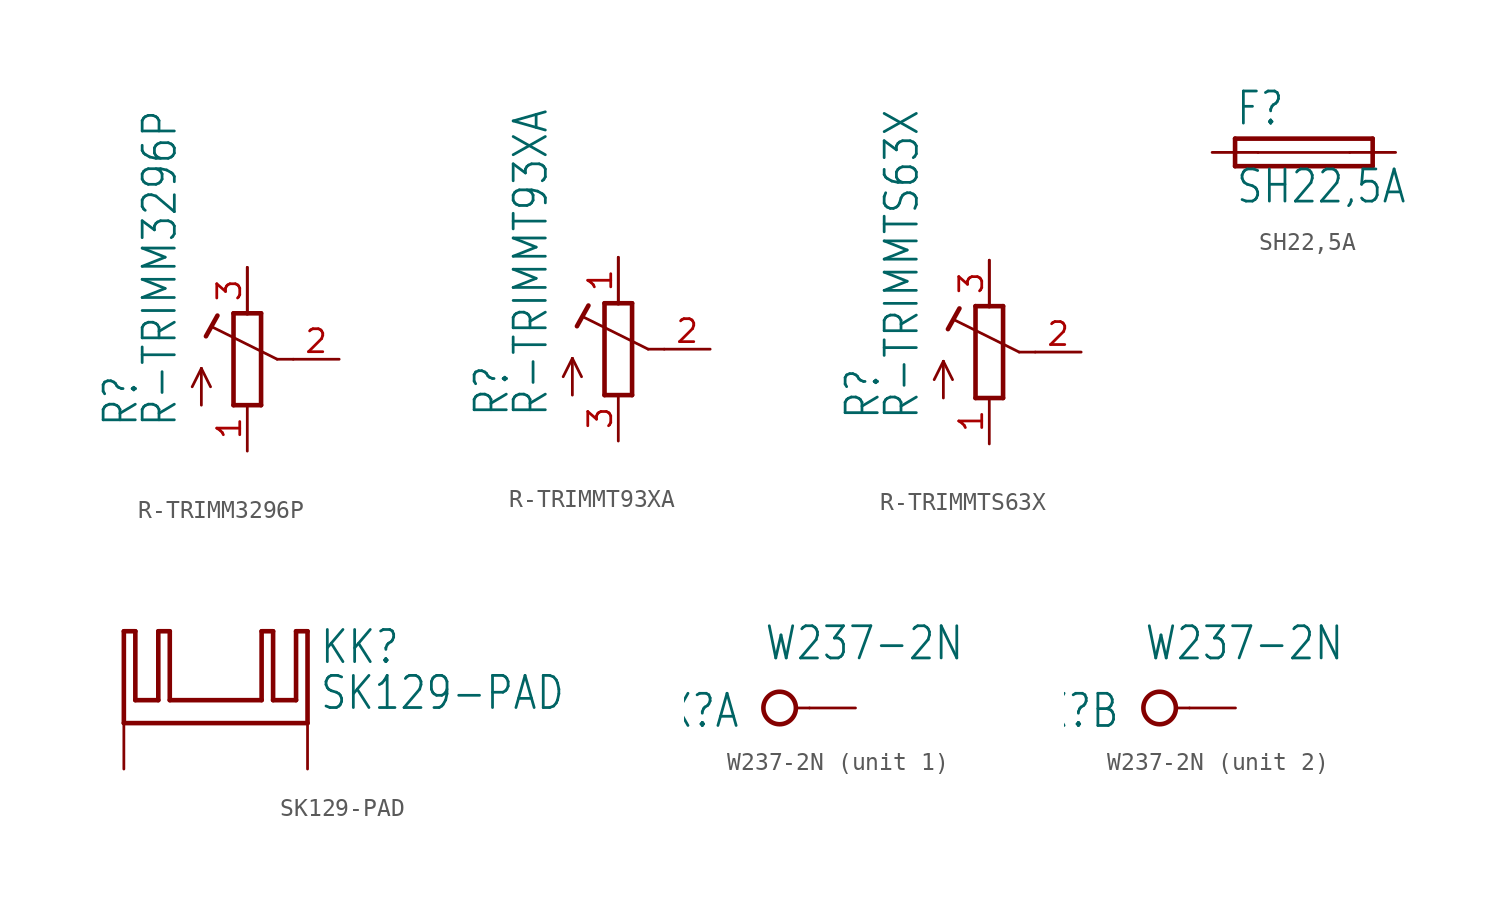
<source format=kicad_sym>
(kicad_symbol_lib
  (version 20211014)
  (generator kicad_symbol_editor)
  (symbol "R-TRIMM3296P"
    (property "Reference" "R"
      (at -5.969 -3.81 90)
      (effects (font (size 1.778 1.511)) (justify left bottom)))
    (property "Value" "R-TRIMM3296P"
      (at -3.81 -3.81 90)
      (effects (font (size 1.778 1.511)) (justify left bottom)))
    (property "ki_locked" ""
      (at 0 0 0)
      (effects (font (size 1.27 1.27))))
    (symbol "R-TRIMM3296P_1_0"
      (polyline (pts (xy -2.54 -2.54) (xy -2.54 -0.508)) (stroke (width 0.152) (type default) (color 0 0 0 0)) (fill (type none)))
      (polyline (pts (xy -2.54 -0.508) (xy -3.048 -1.524)) (stroke (width 0.152) (type default) (color 0 0 0 0)) (fill (type none)))
      (polyline (pts (xy -2.54 -0.508) (xy -2.032 -1.524)) (stroke (width 0.152) (type default) (color 0 0 0 0)) (fill (type none)))
      (polyline (pts (xy -2.286 1.27) (xy -1.651 2.413)) (stroke (width 0.254) (type default) (color 0 0 0 0)) (fill (type none)))
      (polyline (pts (xy -0.762 -2.54) (xy 0.762 -2.54)) (stroke (width 0.254) (type default) (color 0 0 0 0)) (fill (type none)))
      (polyline (pts (xy -0.762 2.54) (xy -0.762 -2.54)) (stroke (width 0.254) (type default) (color 0 0 0 0)) (fill (type none)))
      (polyline (pts (xy 0 2.54) (xy -0.762 2.54)) (stroke (width 0.254) (type default) (color 0 0 0 0)) (fill (type none)))
      (polyline (pts (xy 0 2.54) (xy 0 5.08)) (stroke (width 0.152) (type default) (color 0 0 0 0)) (fill (type none)))
      (polyline (pts (xy 0.762 -2.54) (xy 0.762 2.54)) (stroke (width 0.254) (type default) (color 0 0 0 0)) (fill (type none)))
      (polyline (pts (xy 0.762 2.54) (xy 0 2.54)) (stroke (width 0.254) (type default) (color 0 0 0 0)) (fill (type none)))
      (polyline (pts (xy 1.651 0) (xy -1.88 1.753)) (stroke (width 0.152) (type default) (color 0 0 0 0)) (fill (type none)))
      (polyline (pts (xy 2.54 0) (xy 1.651 0)) (stroke (width 0.152) (type default) (color 0 0 0 0)) (fill (type none)))
      (pin passive line (at 0 -5.08 90) (length 2.54) (name "A" (effects (font (size 0 0)))) (number "1" (effects (font (size 1.27 1.27)))))
      (pin passive line (at 5.08 0 180) (length 2.54) (name "S" (effects (font (size 0 0)))) (number "2" (effects (font (size 1.27 1.27)))))
      (pin passive line (at 0 5.08 270) (length 2.54) (name "E" (effects (font (size 0 0)))) (number "3" (effects (font (size 1.27 1.27)))))))
  (symbol "R-TRIMMT93XA"
    (property "Reference" "R"
      (at -5.969 -3.81 90)
      (effects (font (size 1.778 1.511)) (justify left bottom)))
    (property "Value" "R-TRIMMT93XA"
      (at -3.81 -3.81 90)
      (effects (font (size 1.778 1.511)) (justify left bottom)))
    (property "ki_locked" ""
      (at 0 0 0)
      (effects (font (size 1.27 1.27))))
    (symbol "R-TRIMMT93XA_1_0"
      (polyline (pts (xy -2.54 -2.54) (xy -2.54 -0.508)) (stroke (width 0.152) (type default) (color 0 0 0 0)) (fill (type none)))
      (polyline (pts (xy -2.54 -0.508) (xy -3.048 -1.524)) (stroke (width 0.152) (type default) (color 0 0 0 0)) (fill (type none)))
      (polyline (pts (xy -2.54 -0.508) (xy -2.032 -1.524)) (stroke (width 0.152) (type default) (color 0 0 0 0)) (fill (type none)))
      (polyline (pts (xy -2.286 1.27) (xy -1.651 2.413)) (stroke (width 0.254) (type default) (color 0 0 0 0)) (fill (type none)))
      (polyline (pts (xy -0.762 -2.54) (xy 0.762 -2.54)) (stroke (width 0.254) (type default) (color 0 0 0 0)) (fill (type none)))
      (polyline (pts (xy -0.762 2.54) (xy -0.762 -2.54)) (stroke (width 0.254) (type default) (color 0 0 0 0)) (fill (type none)))
      (polyline (pts (xy 0 2.54) (xy -0.762 2.54)) (stroke (width 0.254) (type default) (color 0 0 0 0)) (fill (type none)))
      (polyline (pts (xy 0 2.54) (xy 0 5.08)) (stroke (width 0.152) (type default) (color 0 0 0 0)) (fill (type none)))
      (polyline (pts (xy 0.762 -2.54) (xy 0.762 2.54)) (stroke (width 0.254) (type default) (color 0 0 0 0)) (fill (type none)))
      (polyline (pts (xy 0.762 2.54) (xy 0 2.54)) (stroke (width 0.254) (type default) (color 0 0 0 0)) (fill (type none)))
      (polyline (pts (xy 1.651 0) (xy -1.88 1.753)) (stroke (width 0.152) (type default) (color 0 0 0 0)) (fill (type none)))
      (polyline (pts (xy 2.54 0) (xy 1.651 0)) (stroke (width 0.152) (type default) (color 0 0 0 0)) (fill (type none)))
      (pin passive line (at 0 5.08 270) (length 2.54) (name "E" (effects (font (size 0 0)))) (number "1" (effects (font (size 1.27 1.27)))))
      (pin passive line (at 5.08 0 180) (length 2.54) (name "S" (effects (font (size 0 0)))) (number "2" (effects (font (size 1.27 1.27)))))
      (pin passive line (at 0 -5.08 90) (length 2.54) (name "A" (effects (font (size 0 0)))) (number "3" (effects (font (size 1.27 1.27)))))))
  (symbol "R-TRIMMTS63X"
    (property "Reference" "R"
      (at -5.969 -3.81 90)
      (effects (font (size 1.778 1.511)) (justify left bottom)))
    (property "Value" "R-TRIMMTS63X"
      (at -3.81 -3.81 90)
      (effects (font (size 1.778 1.511)) (justify left bottom)))
    (property "ki_locked" ""
      (at 0 0 0)
      (effects (font (size 1.27 1.27))))
    (symbol "R-TRIMMTS63X_1_0"
      (polyline (pts (xy -2.54 -2.54) (xy -2.54 -0.508)) (stroke (width 0.152) (type default) (color 0 0 0 0)) (fill (type none)))
      (polyline (pts (xy -2.54 -0.508) (xy -3.048 -1.524)) (stroke (width 0.152) (type default) (color 0 0 0 0)) (fill (type none)))
      (polyline (pts (xy -2.54 -0.508) (xy -2.032 -1.524)) (stroke (width 0.152) (type default) (color 0 0 0 0)) (fill (type none)))
      (polyline (pts (xy -2.286 1.27) (xy -1.651 2.413)) (stroke (width 0.254) (type default) (color 0 0 0 0)) (fill (type none)))
      (polyline (pts (xy -0.762 -2.54) (xy 0.762 -2.54)) (stroke (width 0.254) (type default) (color 0 0 0 0)) (fill (type none)))
      (polyline (pts (xy -0.762 2.54) (xy -0.762 -2.54)) (stroke (width 0.254) (type default) (color 0 0 0 0)) (fill (type none)))
      (polyline (pts (xy 0 2.54) (xy -0.762 2.54)) (stroke (width 0.254) (type default) (color 0 0 0 0)) (fill (type none)))
      (polyline (pts (xy 0 2.54) (xy 0 5.08)) (stroke (width 0.152) (type default) (color 0 0 0 0)) (fill (type none)))
      (polyline (pts (xy 0.762 -2.54) (xy 0.762 2.54)) (stroke (width 0.254) (type default) (color 0 0 0 0)) (fill (type none)))
      (polyline (pts (xy 0.762 2.54) (xy 0 2.54)) (stroke (width 0.254) (type default) (color 0 0 0 0)) (fill (type none)))
      (polyline (pts (xy 1.651 0) (xy -1.88 1.753)) (stroke (width 0.152) (type default) (color 0 0 0 0)) (fill (type none)))
      (polyline (pts (xy 2.54 0) (xy 1.651 0)) (stroke (width 0.152) (type default) (color 0 0 0 0)) (fill (type none)))
      (pin passive line (at 0 -5.08 90) (length 2.54) (name "A" (effects (font (size 0 0)))) (number "1" (effects (font (size 1.27 1.27)))))
      (pin passive line (at 5.08 0 180) (length 2.54) (name "S" (effects (font (size 0 0)))) (number "2" (effects (font (size 1.27 1.27)))))
      (pin passive line (at 0 5.08 270) (length 2.54) (name "E" (effects (font (size 0 0)))) (number "3" (effects (font (size 1.27 1.27)))))))
  (symbol "SH22,5A"
    (property "Reference" "F"
      (at -3.81 1.397 0)
      (effects (font (size 1.778 1.511)) (justify left bottom)))
    (property "Value" "SH22,5A"
      (at -3.81 -2.921 0)
      (effects (font (size 1.778 1.511)) (justify left bottom)))
    (property "ki_locked" ""
      (at 0 0 0)
      (effects (font (size 1.27 1.27))))
    (symbol "SH22,5A_1_0"
      (polyline (pts (xy -3.81 -0.762) (xy 3.81 -0.762)) (stroke (width 0.254) (type default) (color 0 0 0 0)) (fill (type none)))
      (polyline (pts (xy -3.81 0.762) (xy -3.81 -0.762)) (stroke (width 0.254) (type default) (color 0 0 0 0)) (fill (type none)))
      (polyline (pts (xy -2.54 0) (xy 2.54 0)) (stroke (width 0.152) (type default) (color 0 0 0 0)) (fill (type none)))
      (polyline (pts (xy 3.81 -0.762) (xy 3.81 0.762)) (stroke (width 0.254) (type default) (color 0 0 0 0)) (fill (type none)))
      (polyline (pts (xy 3.81 0.762) (xy -3.81 0.762)) (stroke (width 0.254) (type default) (color 0 0 0 0)) (fill (type none)))
      (pin passive line (at -5.08 0 0) (length 2.54) (name "1" (effects (font (size 0 0)))) (number "1" (effects (font (size 0 0)))))
      (pin passive line (at 5.08 0 180) (length 2.54) (name "2" (effects (font (size 0 0)))) (number "2" (effects (font (size 0 0)))))))
  (symbol "SK129-PAD"
    (property "Reference" "KK"
      (at 5.715 3.175 0)
      (effects (font (size 1.778 1.511)) (justify left bottom)))
    (property "Value" "SK129-PAD"
      (at 5.715 0.635 0)
      (effects (font (size 1.778 1.511)) (justify left bottom)))
    (property "ki_locked" ""
      (at 0 0 0)
      (effects (font (size 1.27 1.27))))
    (symbol "SK129-PAD_1_0"
      (polyline (pts (xy -5.08 0) (xy 5.08 0)) (stroke (width 0.254) (type default) (color 0 0 0 0)) (fill (type none)))
      (polyline (pts (xy -5.08 5.08) (xy -5.08 0)) (stroke (width 0.254) (type default) (color 0 0 0 0)) (fill (type none)))
      (polyline (pts (xy -4.445 1.27) (xy -4.445 5.08)) (stroke (width 0.254) (type default) (color 0 0 0 0)) (fill (type none)))
      (polyline (pts (xy -4.445 5.08) (xy -5.08 5.08)) (stroke (width 0.254) (type default) (color 0 0 0 0)) (fill (type none)))
      (polyline (pts (xy -3.175 1.27) (xy -4.445 1.27)) (stroke (width 0.254) (type default) (color 0 0 0 0)) (fill (type none)))
      (polyline (pts (xy -3.175 5.08) (xy -3.175 1.27)) (stroke (width 0.254) (type default) (color 0 0 0 0)) (fill (type none)))
      (polyline (pts (xy -2.54 1.27) (xy -2.54 5.08)) (stroke (width 0.254) (type default) (color 0 0 0 0)) (fill (type none)))
      (polyline (pts (xy -2.54 5.08) (xy -3.175 5.08)) (stroke (width 0.254) (type default) (color 0 0 0 0)) (fill (type none)))
      (polyline (pts (xy 2.54 1.27) (xy -2.54 1.27)) (stroke (width 0.254) (type default) (color 0 0 0 0)) (fill (type none)))
      (polyline (pts (xy 2.54 5.08) (xy 2.54 1.27)) (stroke (width 0.254) (type default) (color 0 0 0 0)) (fill (type none)))
      (polyline (pts (xy 3.175 1.27) (xy 3.175 5.08)) (stroke (width 0.254) (type default) (color 0 0 0 0)) (fill (type none)))
      (polyline (pts (xy 3.175 5.08) (xy 2.54 5.08)) (stroke (width 0.254) (type default) (color 0 0 0 0)) (fill (type none)))
      (polyline (pts (xy 4.445 1.27) (xy 3.175 1.27)) (stroke (width 0.254) (type default) (color 0 0 0 0)) (fill (type none)))
      (polyline (pts (xy 4.445 5.08) (xy 4.445 1.27)) (stroke (width 0.254) (type default) (color 0 0 0 0)) (fill (type none)))
      (polyline (pts (xy 5.08 0) (xy 5.08 5.08)) (stroke (width 0.254) (type default) (color 0 0 0 0)) (fill (type none)))
      (polyline (pts (xy 5.08 5.08) (xy 4.445 5.08)) (stroke (width 0.254) (type default) (color 0 0 0 0)) (fill (type none)))
      (pin passive line (at -5.08 -2.54 90) (length 2.54) (name "K@1" (effects (font (size 0 0)))) (number "A2,5" (effects (font (size 0 0)))))
      (pin passive line (at 5.08 -2.54 90) (length 2.54) (name "K@2" (effects (font (size 0 0)))) (number "B2,5" (effects (font (size 0 0)))))))
  (symbol "W237-2N"
    (property "Reference" "X"
      (at -1.27 0.889 0)
      (effects (font (size 1.778 1.511)) (justify right top)))
    (property "Value" "W237-2N"
      (at 0 2.54 0)
      (effects (font (size 1.778 1.511)) (justify left bottom)))
    (property "ki_locked" ""
      (at 0 0 0)
      (effects (font (size 1.27 1.27))))
    (symbol "W237-2N_1_0"
      (polyline (pts (xy 1.778 0) (xy 2.54 0)) (stroke (width 0.152) (type default) (color 0 0 0 0)) (fill (type none)))
      (circle (center 0.889 0) (radius 0.898) (stroke (width 0.254) (type default) (color 0 0 0 0)) (fill (type none)))
      (pin passive line (at 5.08 0 180) (length 2.54) (name "KL" (effects (font (size 0 0)))) (number "1" (effects (font (size 0 0))))))
    (symbol "W237-2N_2_0"
      (polyline (pts (xy 1.778 0) (xy 2.54 0)) (stroke (width 0.152) (type default) (color 0 0 0 0)) (fill (type none)))
      (circle (center 0.889 0) (radius 0.898) (stroke (width 0.254) (type default) (color 0 0 0 0)) (fill (type none)))
      (pin passive line (at 5.08 0 180) (length 2.54) (name "KL" (effects (font (size 0 0)))) (number "2" (effects (font (size 0 0))))))))
</source>
